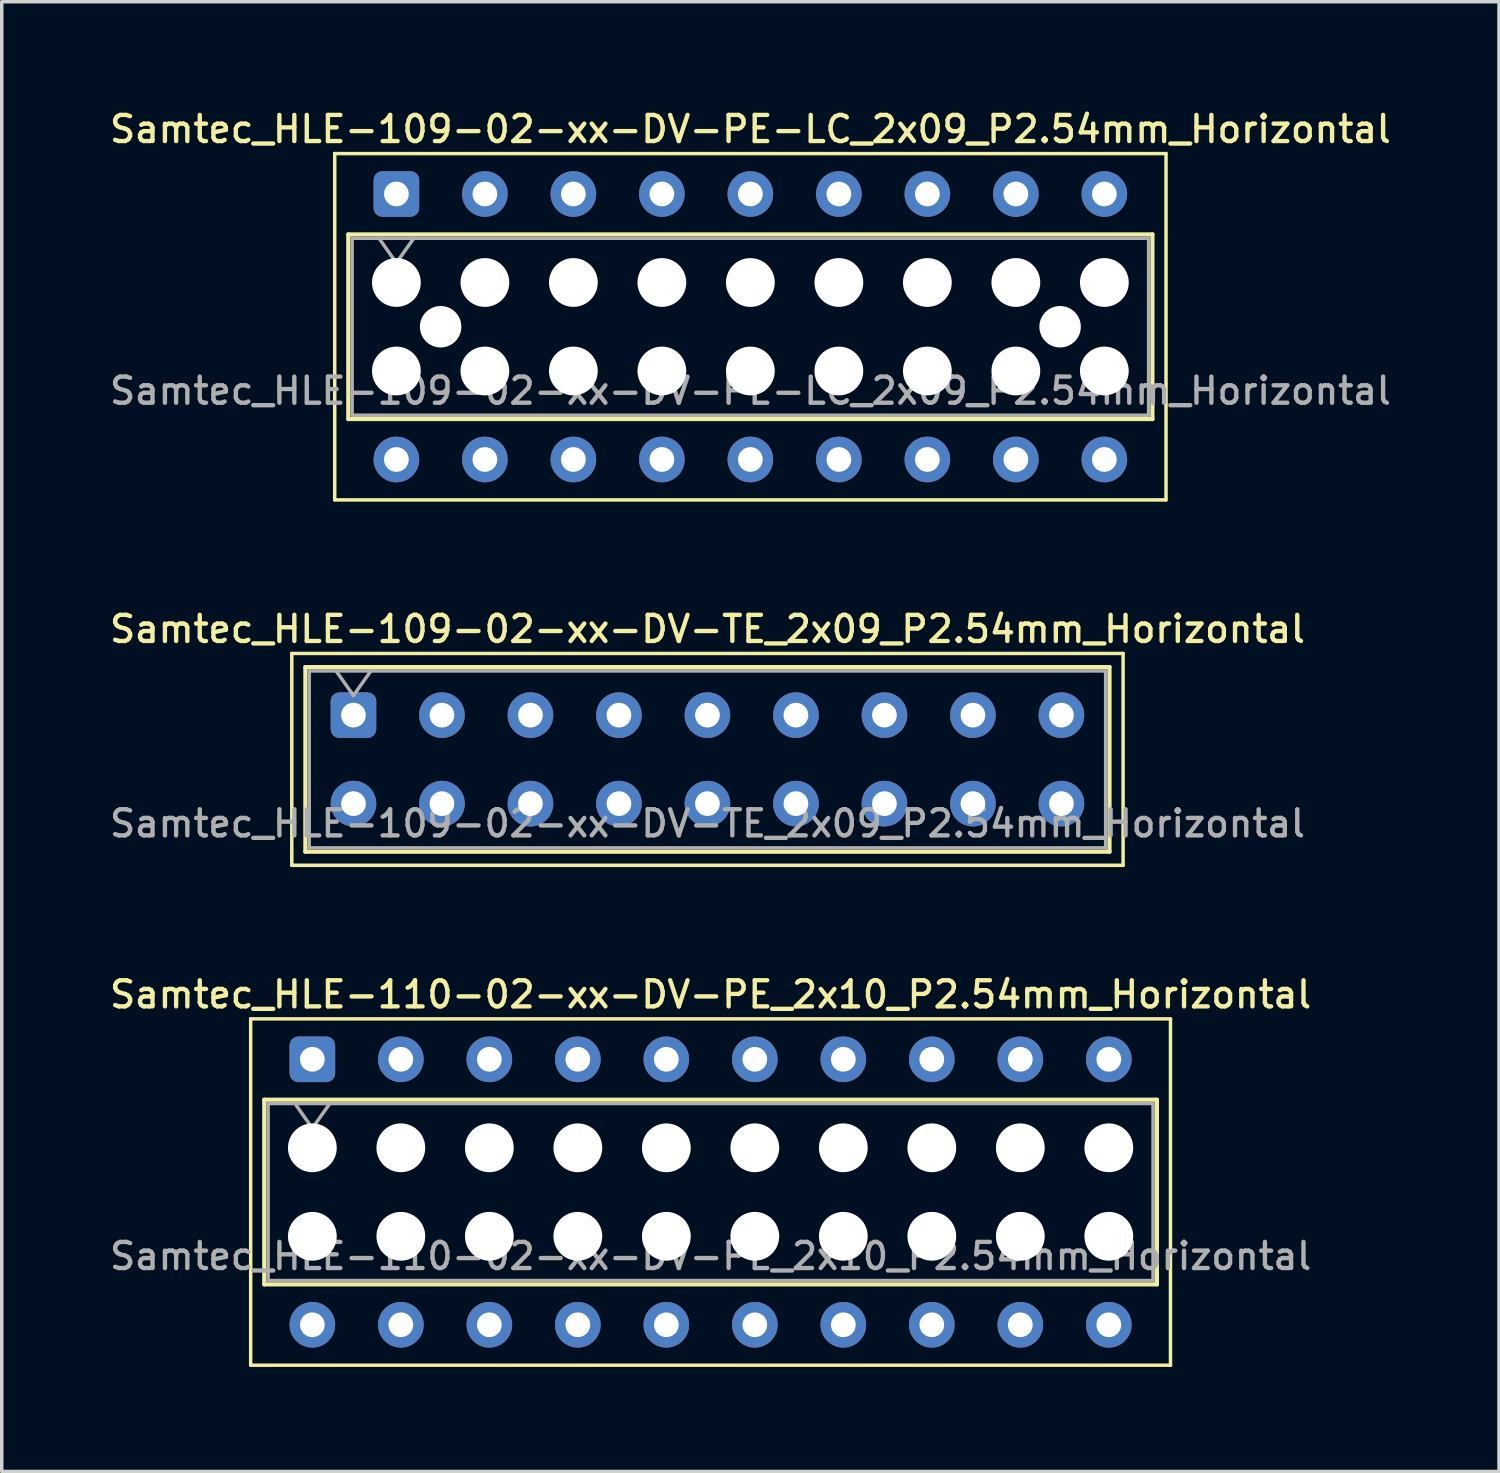
<source format=kicad_pcb>
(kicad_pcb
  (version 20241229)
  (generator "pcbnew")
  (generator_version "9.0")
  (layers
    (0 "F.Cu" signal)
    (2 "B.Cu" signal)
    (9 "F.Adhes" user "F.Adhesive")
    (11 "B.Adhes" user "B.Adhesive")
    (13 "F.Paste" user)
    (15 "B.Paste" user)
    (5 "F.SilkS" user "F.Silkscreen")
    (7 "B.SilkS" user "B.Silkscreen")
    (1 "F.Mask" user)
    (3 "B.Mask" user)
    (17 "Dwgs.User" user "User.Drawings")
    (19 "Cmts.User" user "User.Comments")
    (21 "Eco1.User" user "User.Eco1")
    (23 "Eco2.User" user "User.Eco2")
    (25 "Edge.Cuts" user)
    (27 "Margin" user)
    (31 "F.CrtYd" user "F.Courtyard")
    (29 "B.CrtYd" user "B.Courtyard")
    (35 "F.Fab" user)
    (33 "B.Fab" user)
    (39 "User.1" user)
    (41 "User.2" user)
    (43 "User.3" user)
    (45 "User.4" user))
  (footprint "Samtec_HLE-110-02-xx-DV-PE_2x10_P2.54mm_Horizontal"
    (layer "F.Cu")
    (at 5.915 27.354)
    (property "Reference" "Samtec_HLE-110-02-xx-DV-PE_2x10_P2.54mm_Horizontal" (at 11.43 -1.86 0) (layer "F.SilkS") (effects (font (size 0.75 0.75) (thickness 0.125))))
    (attr through_hole)
    (fp_line (start -1.77 -1.16) (end 24.63 -1.16) (stroke (width 0.1) (type solid)) (layer "F.SilkS"))
    (fp_line (start -1.77 8.78) (end -1.77 -1.16) (stroke (width 0.1) (type solid)) (layer "F.SilkS"))
    (fp_line (start -1.38 1.16) (end 24.24 1.16) (stroke (width 0.12) (type solid)) (layer "F.SilkS"))
    (fp_line (start -1.38 6.46) (end -1.38 1.16) (stroke (width 0.12) (type solid)) (layer "F.SilkS"))
    (fp_line (start 24.24 1.16) (end 24.24 6.46) (stroke (width 0.12) (type solid)) (layer "F.SilkS"))
    (fp_line (start 24.24 6.46) (end -1.38 6.46) (stroke (width 0.12) (type solid)) (layer "F.SilkS"))
    (fp_line (start 24.63 -1.16) (end 24.63 8.78) (stroke (width 0.1) (type solid)) (layer "F.SilkS"))
    (fp_line (start 24.63 8.78) (end -1.77 8.78) (stroke (width 0.1) (type solid)) (layer "F.SilkS"))
    (fp_line (start -1.27 1.27) (end 24.13 1.27) (stroke (width 0.1) (type solid)) (layer "F.Fab"))
    (fp_line (start -1.27 6.35) (end -1.27 1.27) (stroke (width 0.1) (type solid)) (layer "F.Fab"))
    (fp_line (start -0.5 1.27) (end 0 1.977) (stroke (width 0.1) (type solid)) (layer "F.Fab"))
    (fp_line (start 0 1.977) (end 0.5 1.27) (stroke (width 0.1) (type solid)) (layer "F.Fab"))
    (fp_line (start 24.13 1.27) (end 24.13 6.35) (stroke (width 0.1) (type solid)) (layer "F.Fab"))
    (fp_line (start 24.13 6.35) (end -1.27 6.35) (stroke (width 0.1) (type solid)) (layer "F.Fab"))
    (fp_text user "${REFERENCE}" (at 11.43 5.65 0) (layer "F.Fab") (effects (font (size 0.75 0.75) (thickness 0.125))))
    (pad "" np_thru_hole circle (at 0 2.54) (size 1.4 1.4) (drill 1.4) (layers "*.Cu" "*.Mask"))
    (pad "" np_thru_hole circle (at 0 5.08) (size 1.4 1.4) (drill 1.4) (layers "*.Cu" "*.Mask"))
    (pad "" np_thru_hole circle (at 2.54 2.54) (size 1.4 1.4) (drill 1.4) (layers "*.Cu" "*.Mask"))
    (pad "" np_thru_hole circle (at 2.54 5.08) (size 1.4 1.4) (drill 1.4) (layers "*.Cu" "*.Mask"))
    (pad "" np_thru_hole circle (at 5.08 2.54) (size 1.4 1.4) (drill 1.4) (layers "*.Cu" "*.Mask"))
    (pad "" np_thru_hole circle (at 5.08 5.08) (size 1.4 1.4) (drill 1.4) (layers "*.Cu" "*.Mask"))
    (pad "" np_thru_hole circle (at 7.62 2.54) (size 1.4 1.4) (drill 1.4) (layers "*.Cu" "*.Mask"))
    (pad "" np_thru_hole circle (at 7.62 5.08) (size 1.4 1.4) (drill 1.4) (layers "*.Cu" "*.Mask"))
    (pad "" np_thru_hole circle (at 10.16 2.54) (size 1.4 1.4) (drill 1.4) (layers "*.Cu" "*.Mask"))
    (pad "" np_thru_hole circle (at 10.16 5.08) (size 1.4 1.4) (drill 1.4) (layers "*.Cu" "*.Mask"))
    (pad "" np_thru_hole circle (at 12.7 2.54) (size 1.4 1.4) (drill 1.4) (layers "*.Cu" "*.Mask"))
    (pad "" np_thru_hole circle (at 12.7 5.08) (size 1.4 1.4) (drill 1.4) (layers "*.Cu" "*.Mask"))
    (pad "" np_thru_hole circle (at 15.24 2.54) (size 1.4 1.4) (drill 1.4) (layers "*.Cu" "*.Mask"))
    (pad "" np_thru_hole circle (at 15.24 5.08) (size 1.4 1.4) (drill 1.4) (layers "*.Cu" "*.Mask"))
    (pad "" np_thru_hole circle (at 17.78 2.54) (size 1.4 1.4) (drill 1.4) (layers "*.Cu" "*.Mask"))
    (pad "" np_thru_hole circle (at 17.78 5.08) (size 1.4 1.4) (drill 1.4) (layers "*.Cu" "*.Mask"))
    (pad "" np_thru_hole circle (at 20.32 2.54) (size 1.4 1.4) (drill 1.4) (layers "*.Cu" "*.Mask"))
    (pad "" np_thru_hole circle (at 20.32 5.08) (size 1.4 1.4) (drill 1.4) (layers "*.Cu" "*.Mask"))
    (pad "" np_thru_hole circle (at 22.86 2.54) (size 1.4 1.4) (drill 1.4) (layers "*.Cu" "*.Mask"))
    (pad "" np_thru_hole circle (at 22.86 5.08) (size 1.4 1.4) (drill 1.4) (layers "*.Cu" "*.Mask"))
    (pad "1" thru_hole roundrect (at 0 0) (size 1.31 1.31) (drill 0.71) (layers "*.Cu" "*.Mask") (roundrect_rratio 0.191))
    (pad "2" thru_hole circle (at 0 7.62) (size 1.31 1.31) (drill 0.71) (layers "*.Cu" "*.Mask"))
    (pad "3" thru_hole circle (at 2.54 0) (size 1.31 1.31) (drill 0.71) (layers "*.Cu" "*.Mask"))
    (pad "4" thru_hole circle (at 2.54 7.62) (size 1.31 1.31) (drill 0.71) (layers "*.Cu" "*.Mask"))
    (pad "5" thru_hole circle (at 5.08 0) (size 1.31 1.31) (drill 0.71) (layers "*.Cu" "*.Mask"))
    (pad "6" thru_hole circle (at 5.08 7.62) (size 1.31 1.31) (drill 0.71) (layers "*.Cu" "*.Mask"))
    (pad "7" thru_hole circle (at 7.62 0) (size 1.31 1.31) (drill 0.71) (layers "*.Cu" "*.Mask"))
    (pad "8" thru_hole circle (at 7.62 7.62) (size 1.31 1.31) (drill 0.71) (layers "*.Cu" "*.Mask"))
    (pad "9" thru_hole circle (at 10.16 0) (size 1.31 1.31) (drill 0.71) (layers "*.Cu" "*.Mask"))
    (pad "10" thru_hole circle (at 10.16 7.62) (size 1.31 1.31) (drill 0.71) (layers "*.Cu" "*.Mask"))
    (pad "11" thru_hole circle (at 12.7 0) (size 1.31 1.31) (drill 0.71) (layers "*.Cu" "*.Mask"))
    (pad "12" thru_hole circle (at 12.7 7.62) (size 1.31 1.31) (drill 0.71) (layers "*.Cu" "*.Mask"))
    (pad "13" thru_hole circle (at 15.24 0) (size 1.31 1.31) (drill 0.71) (layers "*.Cu" "*.Mask"))
    (pad "14" thru_hole circle (at 15.24 7.62) (size 1.31 1.31) (drill 0.71) (layers "*.Cu" "*.Mask"))
    (pad "15" thru_hole circle (at 17.78 0) (size 1.31 1.31) (drill 0.71) (layers "*.Cu" "*.Mask"))
    (pad "16" thru_hole circle (at 17.78 7.62) (size 1.31 1.31) (drill 0.71) (layers "*.Cu" "*.Mask"))
    (pad "17" thru_hole circle (at 20.32 0) (size 1.31 1.31) (drill 0.71) (layers "*.Cu" "*.Mask"))
    (pad "18" thru_hole circle (at 20.32 7.62) (size 1.31 1.31) (drill 0.71) (layers "*.Cu" "*.Mask"))
    (pad "19" thru_hole circle (at 22.86 0) (size 1.31 1.31) (drill 0.71) (layers "*.Cu" "*.Mask"))
    (pad "20" thru_hole circle (at 22.86 7.62) (size 1.31 1.31) (drill 0.71) (layers "*.Cu" "*.Mask")))
  (footprint "Samtec_HLE-109-02-xx-DV-PE-LC_2x09_P2.54mm_Horizontal"
    (layer "F.Cu")
    (at 8.327 2.518)
    (property "Reference" "Samtec_HLE-109-02-xx-DV-PE-LC_2x09_P2.54mm_Horizontal" (at 10.16 -1.86 0) (layer "F.SilkS") (effects (font (size 0.75 0.75) (thickness 0.125))))
    (attr through_hole)
    (fp_line (start -1.77 -1.16) (end 22.09 -1.16) (stroke (width 0.1) (type solid)) (layer "F.SilkS"))
    (fp_line (start -1.77 8.78) (end -1.77 -1.16) (stroke (width 0.1) (type solid)) (layer "F.SilkS"))
    (fp_line (start -1.38 1.16) (end 21.7 1.16) (stroke (width 0.12) (type solid)) (layer "F.SilkS"))
    (fp_line (start -1.38 6.46) (end -1.38 1.16) (stroke (width 0.12) (type solid)) (layer "F.SilkS"))
    (fp_line (start 21.7 1.16) (end 21.7 6.46) (stroke (width 0.12) (type solid)) (layer "F.SilkS"))
    (fp_line (start 21.7 6.46) (end -1.38 6.46) (stroke (width 0.12) (type solid)) (layer "F.SilkS"))
    (fp_line (start 22.09 -1.16) (end 22.09 8.78) (stroke (width 0.1) (type solid)) (layer "F.SilkS"))
    (fp_line (start 22.09 8.78) (end -1.77 8.78) (stroke (width 0.1) (type solid)) (layer "F.SilkS"))
    (fp_line (start -1.27 1.27) (end 21.59 1.27) (stroke (width 0.1) (type solid)) (layer "F.Fab"))
    (fp_line (start -1.27 6.35) (end -1.27 1.27) (stroke (width 0.1) (type solid)) (layer "F.Fab"))
    (fp_line (start -0.5 1.27) (end 0 1.977) (stroke (width 0.1) (type solid)) (layer "F.Fab"))
    (fp_line (start 0 1.977) (end 0.5 1.27) (stroke (width 0.1) (type solid)) (layer "F.Fab"))
    (fp_line (start 21.59 1.27) (end 21.59 6.35) (stroke (width 0.1) (type solid)) (layer "F.Fab"))
    (fp_line (start 21.59 6.35) (end -1.27 6.35) (stroke (width 0.1) (type solid)) (layer "F.Fab"))
    (fp_text user "${REFERENCE}" (at 10.16 5.65 0) (layer "F.Fab") (effects (font (size 0.75 0.75) (thickness 0.125))))
    (pad "" np_thru_hole circle (at 0 2.54) (size 1.4 1.4) (drill 1.4) (layers "*.Cu" "*.Mask"))
    (pad "" np_thru_hole circle (at 0 5.08) (size 1.4 1.4) (drill 1.4) (layers "*.Cu" "*.Mask"))
    (pad "" np_thru_hole circle (at 1.27 3.81) (size 1.19 1.19) (drill 1.19) (layers "*.Cu" "*.Mask"))
    (pad "" np_thru_hole circle (at 2.54 2.54) (size 1.4 1.4) (drill 1.4) (layers "*.Cu" "*.Mask"))
    (pad "" np_thru_hole circle (at 2.54 5.08) (size 1.4 1.4) (drill 1.4) (layers "*.Cu" "*.Mask"))
    (pad "" np_thru_hole circle (at 5.08 2.54) (size 1.4 1.4) (drill 1.4) (layers "*.Cu" "*.Mask"))
    (pad "" np_thru_hole circle (at 5.08 5.08) (size 1.4 1.4) (drill 1.4) (layers "*.Cu" "*.Mask"))
    (pad "" np_thru_hole circle (at 7.62 2.54) (size 1.4 1.4) (drill 1.4) (layers "*.Cu" "*.Mask"))
    (pad "" np_thru_hole circle (at 7.62 5.08) (size 1.4 1.4) (drill 1.4) (layers "*.Cu" "*.Mask"))
    (pad "" np_thru_hole circle (at 10.16 2.54) (size 1.4 1.4) (drill 1.4) (layers "*.Cu" "*.Mask"))
    (pad "" np_thru_hole circle (at 10.16 5.08) (size 1.4 1.4) (drill 1.4) (layers "*.Cu" "*.Mask"))
    (pad "" np_thru_hole circle (at 12.7 2.54) (size 1.4 1.4) (drill 1.4) (layers "*.Cu" "*.Mask"))
    (pad "" np_thru_hole circle (at 12.7 5.08) (size 1.4 1.4) (drill 1.4) (layers "*.Cu" "*.Mask"))
    (pad "" np_thru_hole circle (at 15.24 2.54) (size 1.4 1.4) (drill 1.4) (layers "*.Cu" "*.Mask"))
    (pad "" np_thru_hole circle (at 15.24 5.08) (size 1.4 1.4) (drill 1.4) (layers "*.Cu" "*.Mask"))
    (pad "" np_thru_hole circle (at 17.78 2.54) (size 1.4 1.4) (drill 1.4) (layers "*.Cu" "*.Mask"))
    (pad "" np_thru_hole circle (at 17.78 5.08) (size 1.4 1.4) (drill 1.4) (layers "*.Cu" "*.Mask"))
    (pad "" np_thru_hole circle (at 19.05 3.81) (size 1.19 1.19) (drill 1.19) (layers "*.Cu" "*.Mask"))
    (pad "" np_thru_hole circle (at 20.32 2.54) (size 1.4 1.4) (drill 1.4) (layers "*.Cu" "*.Mask"))
    (pad "" np_thru_hole circle (at 20.32 5.08) (size 1.4 1.4) (drill 1.4) (layers "*.Cu" "*.Mask"))
    (pad "1" thru_hole roundrect (at 0 0) (size 1.31 1.31) (drill 0.71) (layers "*.Cu" "*.Mask") (roundrect_rratio 0.191))
    (pad "2" thru_hole circle (at 0 7.62) (size 1.31 1.31) (drill 0.71) (layers "*.Cu" "*.Mask"))
    (pad "3" thru_hole circle (at 2.54 0) (size 1.31 1.31) (drill 0.71) (layers "*.Cu" "*.Mask"))
    (pad "4" thru_hole circle (at 2.54 7.62) (size 1.31 1.31) (drill 0.71) (layers "*.Cu" "*.Mask"))
    (pad "5" thru_hole circle (at 5.08 0) (size 1.31 1.31) (drill 0.71) (layers "*.Cu" "*.Mask"))
    (pad "6" thru_hole circle (at 5.08 7.62) (size 1.31 1.31) (drill 0.71) (layers "*.Cu" "*.Mask"))
    (pad "7" thru_hole circle (at 7.62 0) (size 1.31 1.31) (drill 0.71) (layers "*.Cu" "*.Mask"))
    (pad "8" thru_hole circle (at 7.62 7.62) (size 1.31 1.31) (drill 0.71) (layers "*.Cu" "*.Mask"))
    (pad "9" thru_hole circle (at 10.16 0) (size 1.31 1.31) (drill 0.71) (layers "*.Cu" "*.Mask"))
    (pad "10" thru_hole circle (at 10.16 7.62) (size 1.31 1.31) (drill 0.71) (layers "*.Cu" "*.Mask"))
    (pad "11" thru_hole circle (at 12.7 0) (size 1.31 1.31) (drill 0.71) (layers "*.Cu" "*.Mask"))
    (pad "12" thru_hole circle (at 12.7 7.62) (size 1.31 1.31) (drill 0.71) (layers "*.Cu" "*.Mask"))
    (pad "13" thru_hole circle (at 15.24 0) (size 1.31 1.31) (drill 0.71) (layers "*.Cu" "*.Mask"))
    (pad "14" thru_hole circle (at 15.24 7.62) (size 1.31 1.31) (drill 0.71) (layers "*.Cu" "*.Mask"))
    (pad "15" thru_hole circle (at 17.78 0) (size 1.31 1.31) (drill 0.71) (layers "*.Cu" "*.Mask"))
    (pad "16" thru_hole circle (at 17.78 7.62) (size 1.31 1.31) (drill 0.71) (layers "*.Cu" "*.Mask"))
    (pad "17" thru_hole circle (at 20.32 0) (size 1.31 1.31) (drill 0.71) (layers "*.Cu" "*.Mask"))
    (pad "18" thru_hole circle (at 20.32 7.62) (size 1.31 1.31) (drill 0.71) (layers "*.Cu" "*.Mask")))
  (footprint "Samtec_HLE-109-02-xx-DV-TE_2x09_P2.54mm_Horizontal"
    (layer "F.Cu")
    (at 7.095 17.476)
    (property "Reference" "Samtec_HLE-109-02-xx-DV-TE_2x09_P2.54mm_Horizontal" (at 10.16 -2.47 0) (layer "F.SilkS") (effects (font (size 0.75 0.75) (thickness 0.125))))
    (attr through_hole)
    (fp_line (start -1.77 -1.77) (end 22.09 -1.77) (stroke (width 0.1) (type solid)) (layer "F.SilkS"))
    (fp_line (start -1.77 4.31) (end -1.77 -1.77) (stroke (width 0.1) (type solid)) (layer "F.SilkS"))
    (fp_line (start -1.38 -1.38) (end 21.7 -1.38) (stroke (width 0.12) (type solid)) (layer "F.SilkS"))
    (fp_line (start -1.38 3.92) (end -1.38 -1.38) (stroke (width 0.12) (type solid)) (layer "F.SilkS"))
    (fp_line (start 21.7 -1.38) (end 21.7 3.92) (stroke (width 0.12) (type solid)) (layer "F.SilkS"))
    (fp_line (start 21.7 3.92) (end -1.38 3.92) (stroke (width 0.12) (type solid)) (layer "F.SilkS"))
    (fp_line (start 22.09 -1.77) (end 22.09 4.31) (stroke (width 0.1) (type solid)) (layer "F.SilkS"))
    (fp_line (start 22.09 4.31) (end -1.77 4.31) (stroke (width 0.1) (type solid)) (layer "F.SilkS"))
    (fp_line (start -1.27 -1.27) (end 21.59 -1.27) (stroke (width 0.1) (type solid)) (layer "F.Fab"))
    (fp_line (start -1.27 3.81) (end -1.27 -1.27) (stroke (width 0.1) (type solid)) (layer "F.Fab"))
    (fp_line (start -0.5 -1.27) (end 0 -0.563) (stroke (width 0.1) (type solid)) (layer "F.Fab"))
    (fp_line (start 0 -0.563) (end 0.5 -1.27) (stroke (width 0.1) (type solid)) (layer "F.Fab"))
    (fp_line (start 21.59 -1.27) (end 21.59 3.81) (stroke (width 0.1) (type solid)) (layer "F.Fab"))
    (fp_line (start 21.59 3.81) (end -1.27 3.81) (stroke (width 0.1) (type solid)) (layer "F.Fab"))
    (fp_text user "${REFERENCE}" (at 10.16 3.11 0) (layer "F.Fab") (effects (font (size 0.75 0.75) (thickness 0.125))))
    (pad "1" thru_hole roundrect (at 0 0) (size 1.31 1.31) (drill 0.71) (layers "*.Cu" "*.Mask") (roundrect_rratio 0.191))
    (pad "2" thru_hole circle (at 0 2.54) (size 1.31 1.31) (drill 0.71) (layers "*.Cu" "*.Mask"))
    (pad "3" thru_hole circle (at 2.54 0) (size 1.31 1.31) (drill 0.71) (layers "*.Cu" "*.Mask"))
    (pad "4" thru_hole circle (at 2.54 2.54) (size 1.31 1.31) (drill 0.71) (layers "*.Cu" "*.Mask"))
    (pad "5" thru_hole circle (at 5.08 0) (size 1.31 1.31) (drill 0.71) (layers "*.Cu" "*.Mask"))
    (pad "6" thru_hole circle (at 5.08 2.54) (size 1.31 1.31) (drill 0.71) (layers "*.Cu" "*.Mask"))
    (pad "7" thru_hole circle (at 7.62 0) (size 1.31 1.31) (drill 0.71) (layers "*.Cu" "*.Mask"))
    (pad "8" thru_hole circle (at 7.62 2.54) (size 1.31 1.31) (drill 0.71) (layers "*.Cu" "*.Mask"))
    (pad "9" thru_hole circle (at 10.16 0) (size 1.31 1.31) (drill 0.71) (layers "*.Cu" "*.Mask"))
    (pad "10" thru_hole circle (at 10.16 2.54) (size 1.31 1.31) (drill 0.71) (layers "*.Cu" "*.Mask"))
    (pad "11" thru_hole circle (at 12.7 0) (size 1.31 1.31) (drill 0.71) (layers "*.Cu" "*.Mask"))
    (pad "12" thru_hole circle (at 12.7 2.54) (size 1.31 1.31) (drill 0.71) (layers "*.Cu" "*.Mask"))
    (pad "13" thru_hole circle (at 15.24 0) (size 1.31 1.31) (drill 0.71) (layers "*.Cu" "*.Mask"))
    (pad "14" thru_hole circle (at 15.24 2.54) (size 1.31 1.31) (drill 0.71) (layers "*.Cu" "*.Mask"))
    (pad "15" thru_hole circle (at 17.78 0) (size 1.31 1.31) (drill 0.71) (layers "*.Cu" "*.Mask"))
    (pad "16" thru_hole circle (at 17.78 2.54) (size 1.31 1.31) (drill 0.71) (layers "*.Cu" "*.Mask"))
    (pad "17" thru_hole circle (at 20.32 0) (size 1.31 1.31) (drill 0.71) (layers "*.Cu" "*.Mask"))
    (pad "18" thru_hole circle (at 20.32 2.54) (size 1.31 1.31) (drill 0.71) (layers "*.Cu" "*.Mask")))
  (gr_rect
    (start -3 -3)
    (end 39.975 39.184)
    (stroke (width 0.1) (type default))
    (fill no)
    (layer "Edge.Cuts")))
</source>
